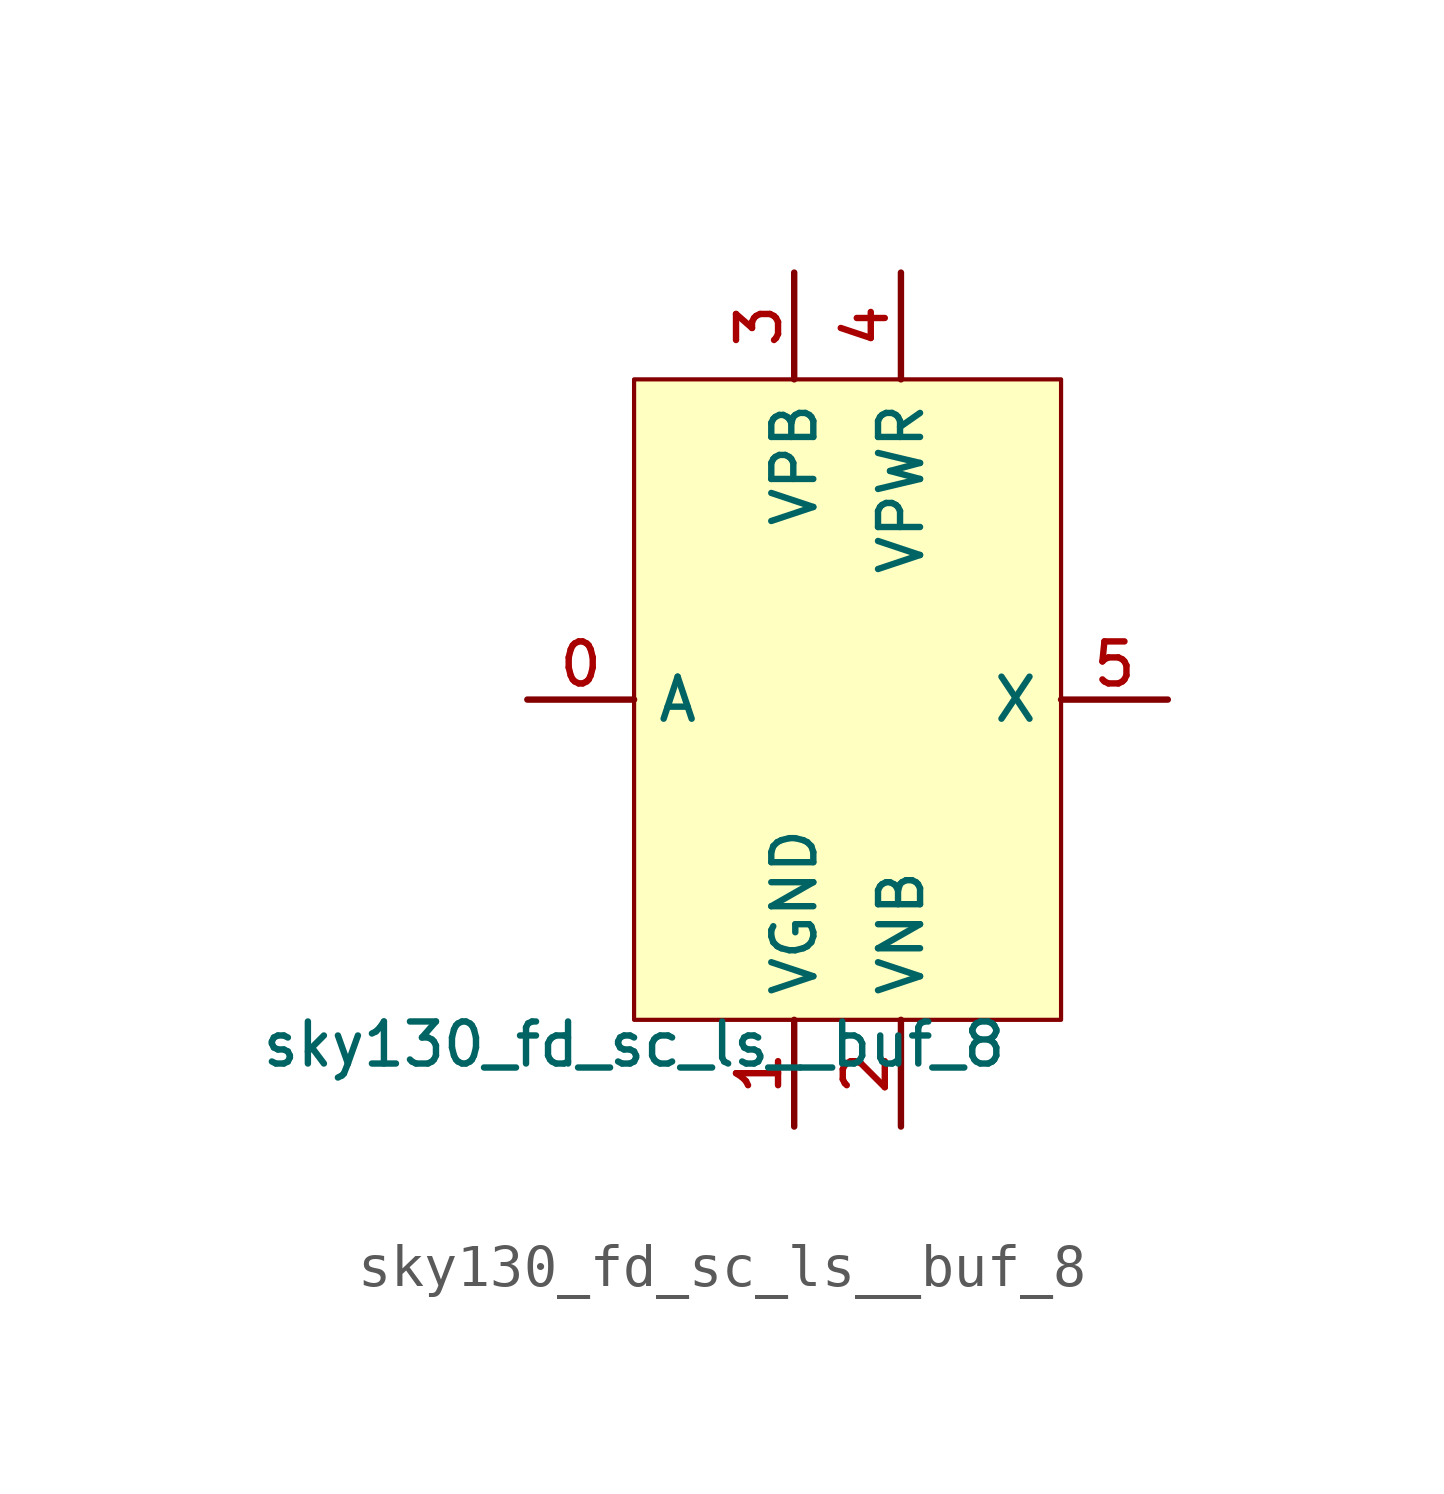
<source format=kicad_sym>
(kicad_symbol_lib
  (version 20211014)
  (generator lef2kicad_sym)
  (symbol "sky130_fd_sc_ls__buf_8"
    (property "Reference" "X"
      (at 0 0 0)
      (effects (font (size 1 1)) hide))
    (property "Value" "sky130_fd_sc_ls__buf_8"
      (at -5.08 -7.62 0)
      (effects (font (size 1 1)) (justify top)))
    (rectangle
      (start -5.08 -7.62)
      (end 5.08 7.62)
      (stroke (width 0.1) (type solid) (color 0 0 0 0))
      (fill (type background)))
    (pin input line
      (at -7.62 0.0 0)
      (length 2.54)
      (name "A" (effects (font (size 1 1)) hide))
      (number "0" (effects (font (size 1 1)) hide)))
    (pin power_in line
      (at -1.27 -10.16 90)
      (length 2.54)
      (name "VGND" (effects (font (size 1 1)) hide))
      (number "1" (effects (font (size 1 1)) hide)))
    (pin power_in line
      (at 1.27 -10.16 90)
      (length 2.54)
      (name "VNB" (effects (font (size 1 1)) hide))
      (number "2" (effects (font (size 1 1)) hide)))
    (pin power_in line
      (at -1.27 10.16 270)
      (length 2.54)
      (name "VPB" (effects (font (size 1 1)) hide))
      (number "3" (effects (font (size 1 1)) hide)))
    (pin power_in line
      (at 1.27 10.16 270)
      (length 2.54)
      (name "VPWR" (effects (font (size 1 1)) hide))
      (number "4" (effects (font (size 1 1)) hide)))
    (pin output line
      (at 7.62 0.0 180)
      (length 2.54)
      (name "X" (effects (font (size 1 1)) hide))
      (number "5" (effects (font (size 1 1)) hide)))))
</source>
